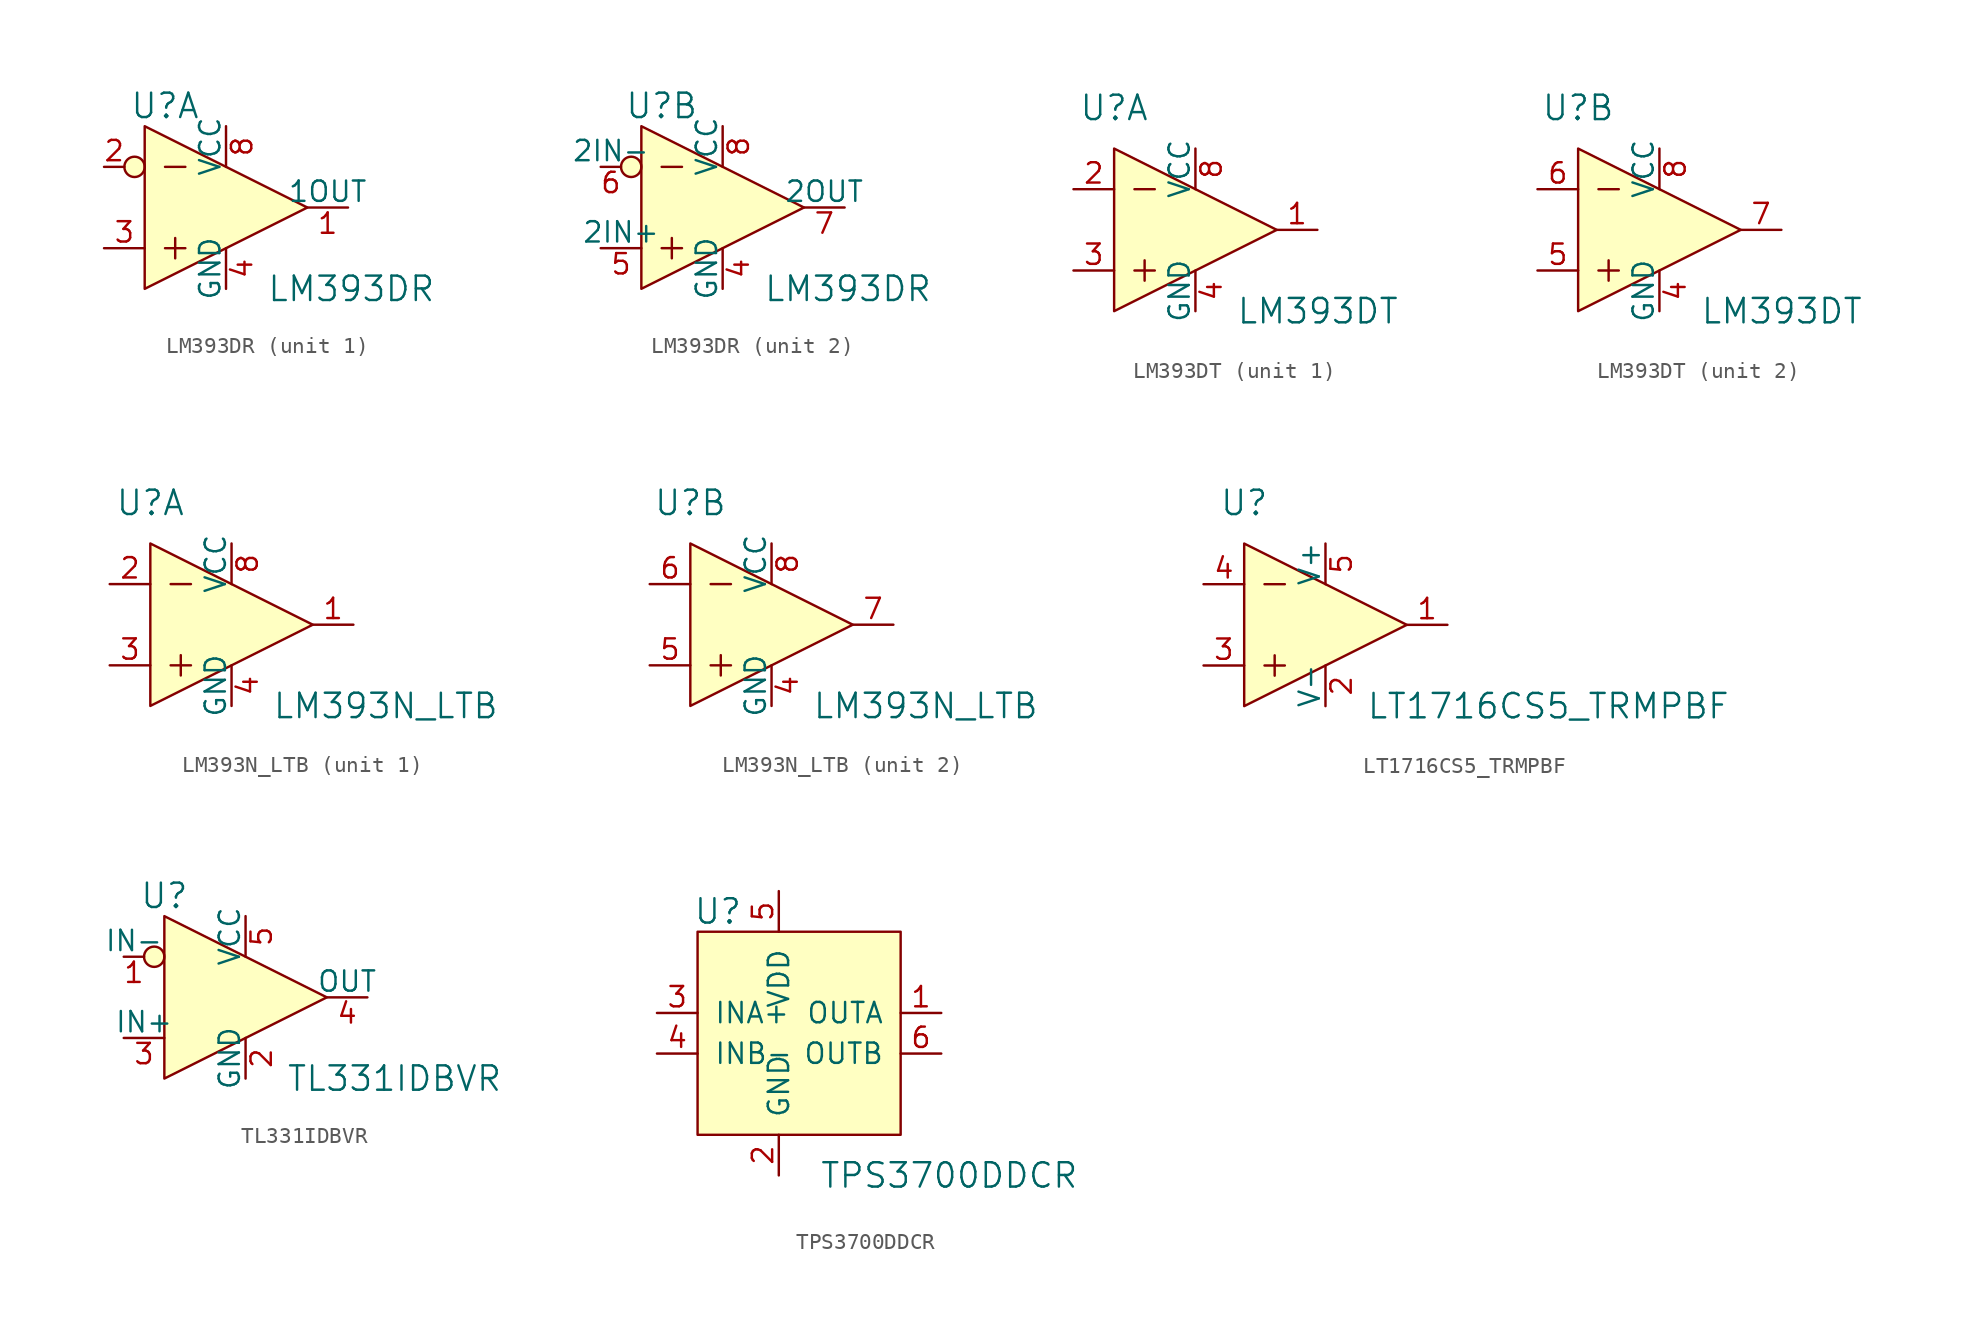
<source format=kicad_sym>
(kicad_symbol_lib
  (version 20211014)
  (generator kicad_symbol_editor)
  (symbol "LM393DR"
    (pin_names
      (offset 0))
    (property "Reference" "U"
      (at -3.81 6.35 0)
      (effects (font (size 1.524 1.524))))
    (property "Value" "LM393DR"
      (at 2.54 -5.08 0)
      (effects (font (size 1.524 1.524)) (justify left)))
    (property "ki_locked" ""
      (at 0 0 0)
      (effects (font (size 1.27 1.27))))
    (symbol "LM393DR_0_1"
      (circle (center -5.715 2.54) (radius 0.635) (stroke (width 0) (type default) (color 0 0 0 0)) (fill (type background)))
      (polyline (pts (xy -3.81 -2.54) (xy -2.54 -2.54)) (stroke (width 0) (type default) (color 0 0 0 0)) (fill (type none)))
      (polyline (pts (xy -3.81 2.54) (xy -2.54 2.54)) (stroke (width 0) (type default) (color 0 0 0 0)) (fill (type none)))
      (polyline (pts (xy -3.175 -1.905) (xy -3.175 -3.175)) (stroke (width 0) (type default) (color 0 0 0 0)) (fill (type none)))
      (polyline (pts (xy -5.08 5.08) (xy -5.08 -5.08) (xy 5.08 0) (xy -5.08 5.08)) (stroke (width 0) (type default) (color 0 0 0 0)) (fill (type background))))
    (symbol "LM393DR_1_1"
      (pin output line (at 7.62 0 180) (length 2.54) (name "1OUT" (effects (font (size 1.27 1.27)))) (number "1" (effects (font (size 1.27 1.27)))))
      (pin input line (at -7.62 2.54 0) (length 1.27) (name "~" (effects (font (size 1.27 1.27)))) (number "2" (effects (font (size 1.27 1.27)))))
      (pin input line (at -7.62 -2.54 0) (length 2.54) (name "~" (effects (font (size 1.27 1.27)))) (number "3" (effects (font (size 1.27 1.27)))))
      (pin power_in line (at 0 -5.08 90) (length 2.54) (name "GND" (effects (font (size 1.27 1.27)))) (number "4" (effects (font (size 1.27 1.27)))))
      (pin power_in line (at 0 5.08 270) (length 2.54) (name "VCC" (effects (font (size 1.27 1.27)))) (number "8" (effects (font (size 1.27 1.27))))))
    (symbol "LM393DR_2_1"
      (pin power_in line (at 0 -5.08 90) (length 2.54) (name "GND" (effects (font (size 1.27 1.27)))) (number "4" (effects (font (size 1.27 1.27)))))
      (pin input line (at -7.62 -2.54 0) (length 2.54) (name "2IN+" (effects (font (size 1.27 1.27)))) (number "5" (effects (font (size 1.27 1.27)))))
      (pin input line (at -7.62 2.54 0) (length 1.27) (name "2IN-" (effects (font (size 1.27 1.27)))) (number "6" (effects (font (size 1.27 1.27)))))
      (pin output line (at 7.62 0 180) (length 2.54) (name "2OUT" (effects (font (size 1.27 1.27)))) (number "7" (effects (font (size 1.27 1.27)))))
      (pin power_in line (at 0 5.08 270) (length 2.54) (name "VCC" (effects (font (size 1.27 1.27)))) (number "8" (effects (font (size 1.27 1.27)))))))
  (symbol "LM393DT"
    (pin_names
      (offset 0))
    (property "Reference" "U"
      (at -5.08 7.62 0)
      (effects (font (size 1.524 1.524))))
    (property "Value" "LM393DT"
      (at 2.54 -5.08 0)
      (effects (font (size 1.524 1.524)) (justify left)))
    (property "ki_locked" ""
      (at 0 0 0)
      (effects (font (size 1.27 1.27))))
    (symbol "LM393DT_0_1"
      (polyline (pts (xy -3.81 -2.54) (xy -2.54 -2.54)) (stroke (width 0) (type default) (color 0 0 0 0)) (fill (type none)))
      (polyline (pts (xy -3.81 2.54) (xy -2.54 2.54)) (stroke (width 0) (type default) (color 0 0 0 0)) (fill (type none)))
      (polyline (pts (xy -3.175 -1.905) (xy -3.175 -3.175)) (stroke (width 0) (type default) (color 0 0 0 0)) (fill (type none)))
      (polyline (pts (xy -5.08 5.08) (xy -5.08 -5.08) (xy 5.08 0) (xy -5.08 5.08)) (stroke (width 0) (type default) (color 0 0 0 0)) (fill (type background))))
    (symbol "LM393DT_1_1"
      (pin output line (at 7.62 0 180) (length 2.54) (name "~" (effects (font (size 1.27 1.27)))) (number "1" (effects (font (size 1.27 1.27)))))
      (pin input line (at -7.62 2.54 0) (length 2.54) (name "~" (effects (font (size 1.27 1.27)))) (number "2" (effects (font (size 1.27 1.27)))))
      (pin input line (at -7.62 -2.54 0) (length 2.54) (name "~" (effects (font (size 1.27 1.27)))) (number "3" (effects (font (size 1.27 1.27)))))
      (pin power_in line (at 0 -5.08 90) (length 2.54) (name "GND" (effects (font (size 1.27 1.27)))) (number "4" (effects (font (size 1.27 1.27)))))
      (pin power_in line (at 0 5.08 270) (length 2.54) (name "VCC" (effects (font (size 1.27 1.27)))) (number "8" (effects (font (size 1.27 1.27))))))
    (symbol "LM393DT_2_1"
      (pin power_in line (at 0 -5.08 90) (length 2.54) (name "GND" (effects (font (size 1.27 1.27)))) (number "4" (effects (font (size 1.27 1.27)))))
      (pin input line (at -7.62 -2.54 0) (length 2.54) (name "~" (effects (font (size 1.27 1.27)))) (number "5" (effects (font (size 1.27 1.27)))))
      (pin input line (at -7.62 2.54 0) (length 2.54) (name "~" (effects (font (size 1.27 1.27)))) (number "6" (effects (font (size 1.27 1.27)))))
      (pin output line (at 7.62 0 180) (length 2.54) (name "~" (effects (font (size 1.27 1.27)))) (number "7" (effects (font (size 1.27 1.27)))))
      (pin power_in line (at 0 5.08 270) (length 2.54) (name "VCC" (effects (font (size 1.27 1.27)))) (number "8" (effects (font (size 1.27 1.27)))))))
  (symbol "LM393N_LTB"
    (pin_names
      (offset 0))
    (property "Reference" "U"
      (at -5.08 7.62 0)
      (effects (font (size 1.524 1.524))))
    (property "Value" "LM393N_LTB"
      (at 2.54 -5.08 0)
      (effects (font (size 1.524 1.524)) (justify left)))
    (property "ki_locked" ""
      (at 0 0 0)
      (effects (font (size 1.27 1.27))))
    (symbol "LM393N_LTB_0_1"
      (polyline (pts (xy -3.81 -2.54) (xy -2.54 -2.54)) (stroke (width 0) (type default) (color 0 0 0 0)) (fill (type none)))
      (polyline (pts (xy -3.81 2.54) (xy -2.54 2.54)) (stroke (width 0) (type default) (color 0 0 0 0)) (fill (type none)))
      (polyline (pts (xy -3.175 -1.905) (xy -3.175 -3.175)) (stroke (width 0) (type default) (color 0 0 0 0)) (fill (type none)))
      (polyline (pts (xy -5.08 5.08) (xy -5.08 -5.08) (xy 5.08 0) (xy -5.08 5.08)) (stroke (width 0) (type default) (color 0 0 0 0)) (fill (type background))))
    (symbol "LM393N_LTB_1_1"
      (pin output line (at 7.62 0 180) (length 2.54) (name "~" (effects (font (size 1.27 1.27)))) (number "1" (effects (font (size 1.27 1.27)))))
      (pin input line (at -7.62 2.54 0) (length 2.54) (name "~" (effects (font (size 1.27 1.27)))) (number "2" (effects (font (size 1.27 1.27)))))
      (pin input line (at -7.62 -2.54 0) (length 2.54) (name "~" (effects (font (size 1.27 1.27)))) (number "3" (effects (font (size 1.27 1.27)))))
      (pin power_in line (at 0 -5.08 90) (length 2.54) (name "GND" (effects (font (size 1.27 1.27)))) (number "4" (effects (font (size 1.27 1.27)))))
      (pin power_in line (at 0 5.08 270) (length 2.54) (name "VCC" (effects (font (size 1.27 1.27)))) (number "8" (effects (font (size 1.27 1.27))))))
    (symbol "LM393N_LTB_2_1"
      (pin power_in line (at 0 -5.08 90) (length 2.54) (name "GND" (effects (font (size 1.27 1.27)))) (number "4" (effects (font (size 1.27 1.27)))))
      (pin input line (at -7.62 -2.54 0) (length 2.54) (name "~" (effects (font (size 1.27 1.27)))) (number "5" (effects (font (size 1.27 1.27)))))
      (pin input line (at -7.62 2.54 0) (length 2.54) (name "~" (effects (font (size 1.27 1.27)))) (number "6" (effects (font (size 1.27 1.27)))))
      (pin output line (at 7.62 0 180) (length 2.54) (name "~" (effects (font (size 1.27 1.27)))) (number "7" (effects (font (size 1.27 1.27)))))
      (pin power_in line (at 0 5.08 270) (length 2.54) (name "VCC" (effects (font (size 1.27 1.27)))) (number "8" (effects (font (size 1.27 1.27)))))))
  (symbol "LT1716CS5_TRMPBF"
    (pin_names
      (offset 0))
    (property "Reference" "U"
      (at -5.08 7.62 0)
      (effects (font (size 1.524 1.524))))
    (property "Value" "LT1716CS5_TRMPBF"
      (at 2.54 -5.08 0)
      (effects (font (size 1.524 1.524)) (justify left)))
    (symbol "LT1716CS5_TRMPBF_0_1"
      (polyline (pts (xy -3.81 -2.54) (xy -2.54 -2.54)) (stroke (width 0) (type default) (color 0 0 0 0)) (fill (type none)))
      (polyline (pts (xy -3.81 2.54) (xy -2.54 2.54)) (stroke (width 0) (type default) (color 0 0 0 0)) (fill (type none)))
      (polyline (pts (xy -3.175 -1.905) (xy -3.175 -3.175)) (stroke (width 0) (type default) (color 0 0 0 0)) (fill (type none)))
      (polyline (pts (xy 5.08 0) (xy -5.08 5.08) (xy -5.08 -5.08) (xy 5.08 0)) (stroke (width 0) (type default) (color 0 0 0 0)) (fill (type background))))
    (symbol "LT1716CS5_TRMPBF_1_1"
      (pin output line (at 7.62 0 180) (length 2.54) (name "~" (effects (font (size 1.27 1.27)))) (number "1" (effects (font (size 1.27 1.27)))))
      (pin power_in line (at 0 -5.08 90) (length 2.54) (name "V-" (effects (font (size 1.27 1.27)))) (number "2" (effects (font (size 1.27 1.27)))))
      (pin input line (at -7.62 -2.54 0) (length 2.54) (name "~" (effects (font (size 1.27 1.27)))) (number "3" (effects (font (size 1.27 1.27)))))
      (pin input line (at -7.62 2.54 0) (length 2.54) (name "~" (effects (font (size 1.27 1.27)))) (number "4" (effects (font (size 1.27 1.27)))))
      (pin power_in line (at 0 5.08 270) (length 2.54) (name "V+" (effects (font (size 1.27 1.27)))) (number "5" (effects (font (size 1.27 1.27)))))))
  (symbol "TL331IDBVR"
    (pin_names
      (offset 0))
    (property "Reference" "U"
      (at -5.08 6.35 0)
      (effects (font (size 1.524 1.524))))
    (property "Value" "TL331IDBVR"
      (at 2.54 -5.08 0)
      (effects (font (size 1.524 1.524)) (justify left)))
    (symbol "TL331IDBVR_0_1"
      (circle (center -5.715 2.54) (radius 0.635) (stroke (width 0) (type default) (color 0 0 0 0)) (fill (type background)))
      (polyline (pts (xy 5.08 0) (xy -5.08 5.08) (xy -5.08 -5.08) (xy 5.08 0)) (stroke (width 0) (type default) (color 0 0 0 0)) (fill (type background))))
    (symbol "TL331IDBVR_1_1"
      (pin input line (at -7.62 2.54 0) (length 1.27) (name "IN-" (effects (font (size 1.27 1.27)))) (number "1" (effects (font (size 1.27 1.27)))))
      (pin power_in line (at 0 -5.08 90) (length 2.54) (name "GND" (effects (font (size 1.27 1.27)))) (number "2" (effects (font (size 1.27 1.27)))))
      (pin input line (at -7.62 -2.54 0) (length 2.54) (name "IN+" (effects (font (size 1.27 1.27)))) (number "3" (effects (font (size 1.27 1.27)))))
      (pin output line (at 7.62 0 180) (length 2.54) (name "OUT" (effects (font (size 1.27 1.27)))) (number "4" (effects (font (size 1.27 1.27)))))
      (pin power_in line (at 0 5.08 270) (length 2.54) (name "VCC" (effects (font (size 1.27 1.27)))) (number "5" (effects (font (size 1.27 1.27)))))))
  (symbol "TPS3700DDCR"
    (pin_names
      (offset 1.016))
    (property "Reference" "U"
      (at -6.35 3.81 0)
      (effects (font (size 1.524 1.524))))
    (property "Value" "TPS3700DDCR"
      (at 0 -12.7 0)
      (effects (font (size 1.524 1.524)) (justify left)))
    (symbol "TPS3700DDCR_0_1"
      (rectangle (start -7.62 2.54) (end 5.08 -10.16) (stroke (width 0) (type default) (color 0 0 0 0)) (fill (type background))))
    (symbol "TPS3700DDCR_1_1"
      (pin output line (at 7.62 -2.54 180) (length 2.54) (name "OUTA" (effects (font (size 1.27 1.27)))) (number "1" (effects (font (size 1.27 1.27)))))
      (pin power_in line (at -2.54 -12.7 90) (length 2.54) (name "GND" (effects (font (size 1.27 1.27)))) (number "2" (effects (font (size 1.27 1.27)))))
      (pin input line (at -10.16 -2.54 0) (length 2.54) (name "INA+" (effects (font (size 1.27 1.27)))) (number "3" (effects (font (size 1.27 1.27)))))
      (pin input line (at -10.16 -5.08 0) (length 2.54) (name "INB-" (effects (font (size 1.27 1.27)))) (number "4" (effects (font (size 1.27 1.27)))))
      (pin power_in line (at -2.54 5.08 270) (length 2.54) (name "VDD" (effects (font (size 1.27 1.27)))) (number "5" (effects (font (size 1.27 1.27)))))
      (pin output line (at 7.62 -5.08 180) (length 2.54) (name "OUTB" (effects (font (size 1.27 1.27)))) (number "6" (effects (font (size 1.27 1.27))))))))
</source>
